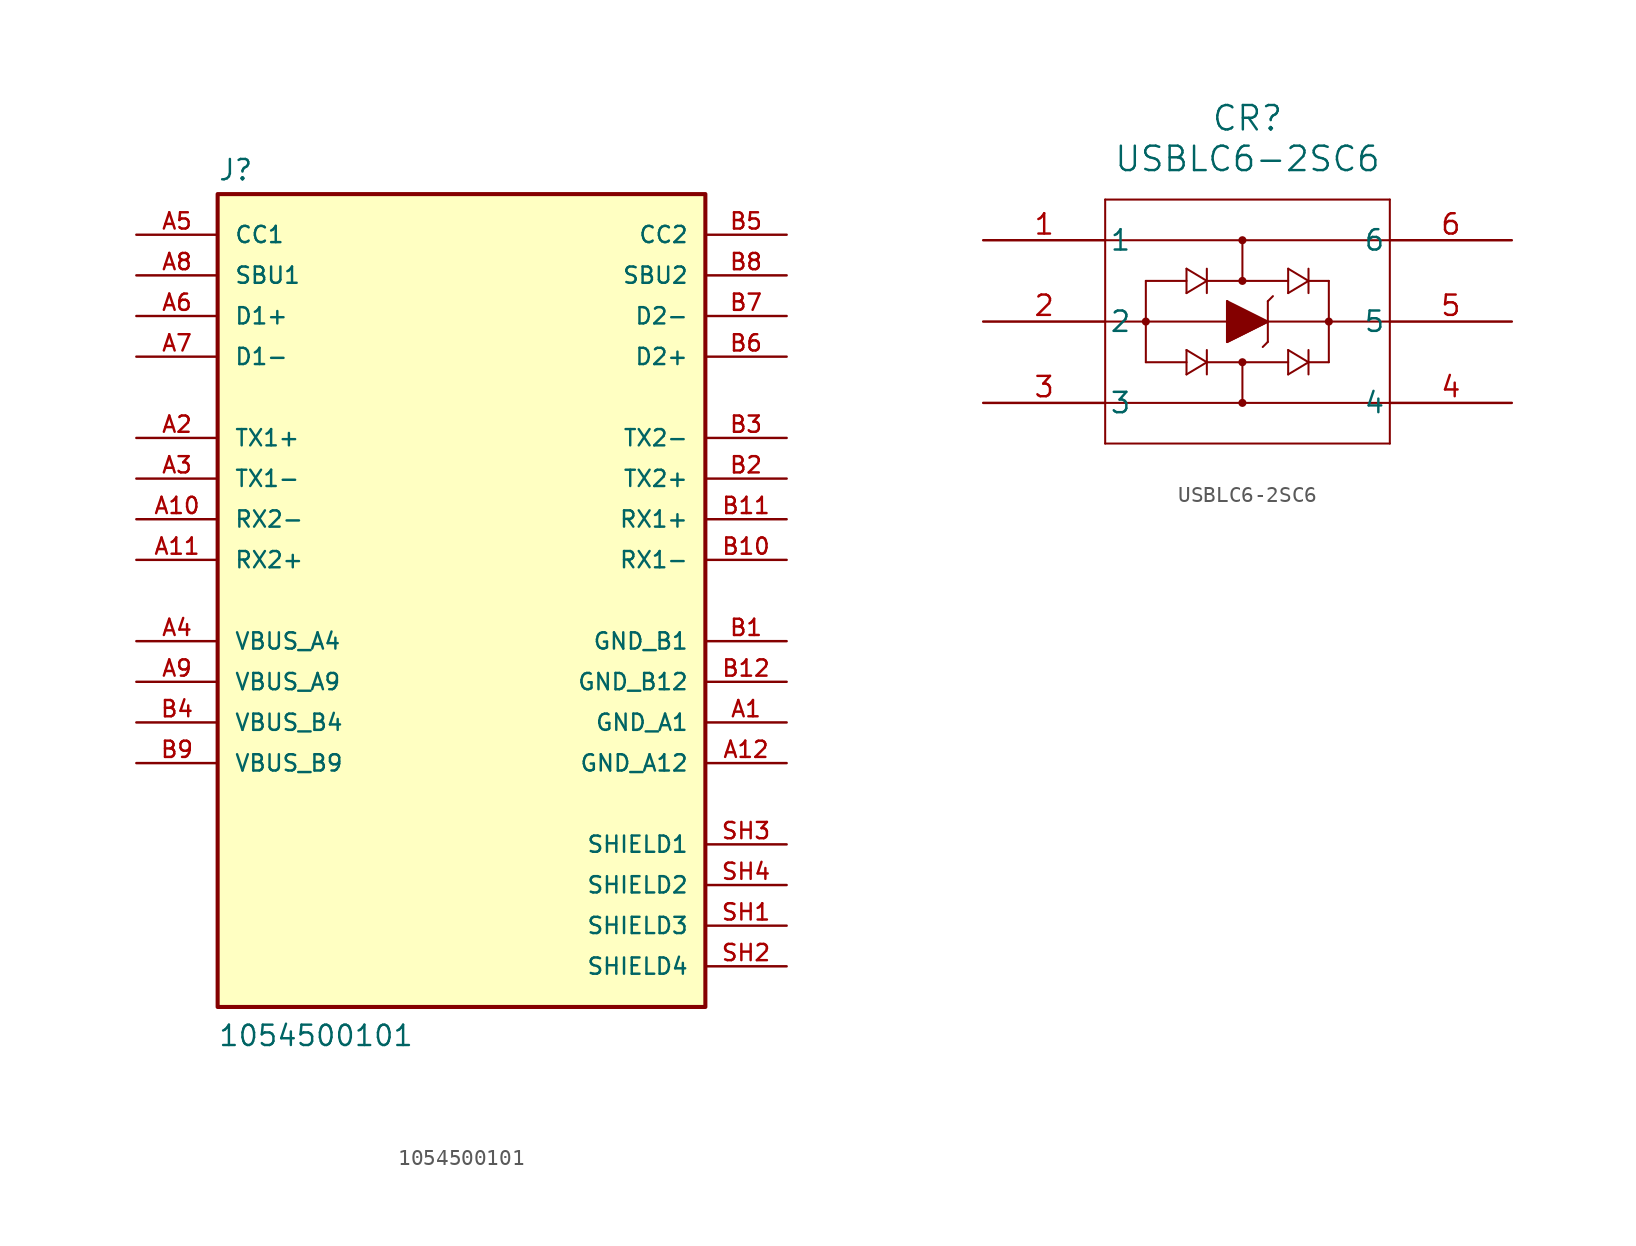
<source format=kicad_sym>
(kicad_symbol_lib
  (version 20241209)
  (generator "kicad_symbol_editor")
  (generator_version "9.0")
  (symbol "1054500101"
    (pin_names
      (offset 1.016))
    (property "Reference" "J"
      (at -15.24 26.162 0)
      (effects (font (size 1.27 1.27)) (justify left bottom)))
    (property "Value" "1054500101"
      (at -15.24 -27.94 0)
      (effects (font (size 1.27 1.27)) (justify left bottom)))
    (symbol "1054500101_0_0"
      (rectangle (start -15.24 -25.4) (end 15.24 25.4) (stroke (width 0.254) (type default)) (fill (type background)))
      (pin bidirectional line (at -20.32 22.86 0) (length 5.08) (name "CC1" (effects (font (size 1.016 1.016)))) (number "A5" (effects (font (size 1.016 1.016)))))
      (pin bidirectional line (at -20.32 20.32 0) (length 5.08) (name "SBU1" (effects (font (size 1.016 1.016)))) (number "A8" (effects (font (size 1.016 1.016)))))
      (pin bidirectional line (at -20.32 17.78 0) (length 5.08) (name "D1+" (effects (font (size 1.016 1.016)))) (number "A6" (effects (font (size 1.016 1.016)))))
      (pin bidirectional line (at -20.32 15.24 0) (length 5.08) (name "D1-" (effects (font (size 1.016 1.016)))) (number "A7" (effects (font (size 1.016 1.016)))))
      (pin bidirectional line (at -20.32 10.16 0) (length 5.08) (name "TX1+" (effects (font (size 1.016 1.016)))) (number "A2" (effects (font (size 1.016 1.016)))))
      (pin bidirectional line (at -20.32 7.62 0) (length 5.08) (name "TX1-" (effects (font (size 1.016 1.016)))) (number "A3" (effects (font (size 1.016 1.016)))))
      (pin bidirectional line (at -20.32 5.08 0) (length 5.08) (name "RX2-" (effects (font (size 1.016 1.016)))) (number "A10" (effects (font (size 1.016 1.016)))))
      (pin bidirectional line (at -20.32 2.54 0) (length 5.08) (name "RX2+" (effects (font (size 1.016 1.016)))) (number "A11" (effects (font (size 1.016 1.016)))))
      (pin power_in line (at -20.32 -2.54 0) (length 5.08) (name "VBUS_A4" (effects (font (size 1.016 1.016)))) (number "A4" (effects (font (size 1.016 1.016)))))
      (pin power_in line (at -20.32 -5.08 0) (length 5.08) (name "VBUS_A9" (effects (font (size 1.016 1.016)))) (number "A9" (effects (font (size 1.016 1.016)))))
      (pin power_in line (at -20.32 -7.62 0) (length 5.08) (name "VBUS_B4" (effects (font (size 1.016 1.016)))) (number "B4" (effects (font (size 1.016 1.016)))))
      (pin power_in line (at -20.32 -10.16 0) (length 5.08) (name "VBUS_B9" (effects (font (size 1.016 1.016)))) (number "B9" (effects (font (size 1.016 1.016)))))
      (pin bidirectional line (at 20.32 22.86 180) (length 5.08) (name "CC2" (effects (font (size 1.016 1.016)))) (number "B5" (effects (font (size 1.016 1.016)))))
      (pin bidirectional line (at 20.32 20.32 180) (length 5.08) (name "SBU2" (effects (font (size 1.016 1.016)))) (number "B8" (effects (font (size 1.016 1.016)))))
      (pin bidirectional line (at 20.32 17.78 180) (length 5.08) (name "D2-" (effects (font (size 1.016 1.016)))) (number "B7" (effects (font (size 1.016 1.016)))))
      (pin bidirectional line (at 20.32 15.24 180) (length 5.08) (name "D2+" (effects (font (size 1.016 1.016)))) (number "B6" (effects (font (size 1.016 1.016)))))
      (pin bidirectional line (at 20.32 10.16 180) (length 5.08) (name "TX2-" (effects (font (size 1.016 1.016)))) (number "B3" (effects (font (size 1.016 1.016)))))
      (pin bidirectional line (at 20.32 7.62 180) (length 5.08) (name "TX2+" (effects (font (size 1.016 1.016)))) (number "B2" (effects (font (size 1.016 1.016)))))
      (pin bidirectional line (at 20.32 5.08 180) (length 5.08) (name "RX1+" (effects (font (size 1.016 1.016)))) (number "B11" (effects (font (size 1.016 1.016)))))
      (pin bidirectional line (at 20.32 2.54 180) (length 5.08) (name "RX1-" (effects (font (size 1.016 1.016)))) (number "B10" (effects (font (size 1.016 1.016)))))
      (pin power_in line (at 20.32 -2.54 180) (length 5.08) (name "GND_B1" (effects (font (size 1.016 1.016)))) (number "B1" (effects (font (size 1.016 1.016)))))
      (pin power_in line (at 20.32 -5.08 180) (length 5.08) (name "GND_B12" (effects (font (size 1.016 1.016)))) (number "B12" (effects (font (size 1.016 1.016)))))
      (pin power_in line (at 20.32 -7.62 180) (length 5.08) (name "GND_A1" (effects (font (size 1.016 1.016)))) (number "A1" (effects (font (size 1.016 1.016)))))
      (pin power_in line (at 20.32 -10.16 180) (length 5.08) (name "GND_A12" (effects (font (size 1.016 1.016)))) (number "A12" (effects (font (size 1.016 1.016)))))
      (pin passive line (at 20.32 -15.24 180) (length 5.08) (name "SHIELD1" (effects (font (size 1.016 1.016)))) (number "SH3" (effects (font (size 1.016 1.016)))))
      (pin passive line (at 20.32 -17.78 180) (length 5.08) (name "SHIELD2" (effects (font (size 1.016 1.016)))) (number "SH4" (effects (font (size 1.016 1.016)))))
      (pin passive line (at 20.32 -20.32 180) (length 5.08) (name "SHIELD3" (effects (font (size 1.016 1.016)))) (number "SH1" (effects (font (size 1.016 1.016)))))
      (pin passive line (at 20.32 -22.86 180) (length 5.08) (name "SHIELD4" (effects (font (size 1.016 1.016)))) (number "SH2" (effects (font (size 1.016 1.016)))))))
  (symbol "USBLC6-2SC6"
    (pin_names
      (offset 0.254))
    (property "Reference" "CR"
      (at 16.51 7.62 0)
      (effects (font (size 1.524 1.524))))
    (property "Value" "USBLC6-2SC6"
      (at 16.51 5.08 0)
      (effects (font (size 1.524 1.524))))
    (property "ki_locked" ""
      (at 0 0 0)
      (effects (font (size 1.27 1.27))))
    (symbol "USBLC6-2SC6_0_1"
      (polyline (pts (xy 7.62 2.54) (xy 7.62 -12.7)) (stroke (width 0.127) (type default)) (fill (type none)))
      (polyline (pts (xy 7.62 0) (xy 25.4 0)) (stroke (width 0.127) (type default)) (fill (type none)))
      (polyline (pts (xy 7.62 -5.08) (xy 25.4 -5.08)) (stroke (width 0.127) (type default)) (fill (type none)))
      (polyline (pts (xy 7.62 -10.16) (xy 25.4 -10.16)) (stroke (width 0.127) (type default)) (fill (type none)))
      (polyline (pts (xy 7.62 -12.7) (xy 25.4 -12.7)) (stroke (width 0.127) (type default)) (fill (type none)))
      (polyline (pts (xy 10.16 -2.54) (xy 10.16 -7.62)) (stroke (width 0.127) (type default)) (fill (type none)))
      (circle (center 10.16 -5.08) (radius 0.127) (stroke (width 0.254) (type default)) (fill (type none)))
      (polyline (pts (xy 10.16 -7.62) (xy 12.7 -7.62)) (stroke (width 0.127) (type default)) (fill (type none)))
      (polyline (pts (xy 12.7 -1.778) (xy 12.7 -3.302)) (stroke (width 0.127) (type default)) (fill (type none)))
      (polyline (pts (xy 12.7 -2.54) (xy 10.16 -2.54)) (stroke (width 0.127) (type default)) (fill (type none)))
      (polyline (pts (xy 12.7 -3.302) (xy 13.97 -2.54)) (stroke (width 0.127) (type default)) (fill (type none)))
      (polyline (pts (xy 12.7 -6.858) (xy 12.7 -8.382)) (stroke (width 0.127) (type default)) (fill (type none)))
      (polyline (pts (xy 12.7 -8.382) (xy 13.97 -7.62)) (stroke (width 0.127) (type default)) (fill (type none)))
      (polyline (pts (xy 13.97 -1.778) (xy 13.97 -3.302)) (stroke (width 0.127) (type default)) (fill (type none)))
      (polyline (pts (xy 13.97 -2.54) (xy 12.7 -1.778)) (stroke (width 0.127) (type default)) (fill (type none)))
      (polyline (pts (xy 13.97 -2.54) (xy 19.05 -2.54)) (stroke (width 0.127) (type default)) (fill (type none)))
      (polyline (pts (xy 13.97 -6.858) (xy 13.97 -8.382)) (stroke (width 0.127) (type default)) (fill (type none)))
      (polyline (pts (xy 13.97 -7.62) (xy 12.7 -6.858)) (stroke (width 0.127) (type default)) (fill (type none)))
      (polyline (pts (xy 13.97 -7.62) (xy 19.05 -7.62)) (stroke (width 0.127) (type default)) (fill (type none)))
      (polyline (pts (xy 15.24 -3.81) (xy 15.24 -6.35)) (stroke (width 0.127) (type default)) (fill (type none)))
      (polyline (pts (xy 15.24 -3.81) (xy 15.24 -6.35) (xy 17.78 -5.08)) (stroke (width 0) (type default)) (fill (type outline)))
      (polyline (pts (xy 15.24 -6.35) (xy 17.78 -5.08)) (stroke (width 0.127) (type default)) (fill (type none)))
      (circle (center 16.192 0) (radius 0.127) (stroke (width 0.254) (type default)) (fill (type none)))
      (polyline (pts (xy 16.192 -2.54) (xy 16.192 0)) (stroke (width 0.127) (type default)) (fill (type none)))
      (circle (center 16.192 -2.54) (radius 0.127) (stroke (width 0.254) (type default)) (fill (type none)))
      (polyline (pts (xy 16.192 -7.62) (xy 16.192 -10.16)) (stroke (width 0.127) (type default)) (fill (type none)))
      (circle (center 16.192 -7.62) (radius 0.127) (stroke (width 0.254) (type default)) (fill (type none)))
      (circle (center 16.192 -10.16) (radius 0.127) (stroke (width 0.254) (type default)) (fill (type none)))
      (polyline (pts (xy 17.78 -3.81) (xy 17.78 -6.35)) (stroke (width 0.127) (type default)) (fill (type none)))
      (polyline (pts (xy 17.78 -3.81) (xy 18.098 -3.493)) (stroke (width 0.127) (type default)) (fill (type none)))
      (polyline (pts (xy 17.78 -5.08) (xy 15.24 -3.81)) (stroke (width 0.127) (type default)) (fill (type none)))
      (polyline (pts (xy 17.78 -6.35) (xy 17.462 -6.668)) (stroke (width 0.127) (type default)) (fill (type none)))
      (polyline (pts (xy 19.05 -1.778) (xy 20.32 -2.54)) (stroke (width 0.127) (type default)) (fill (type none)))
      (polyline (pts (xy 19.05 -3.302) (xy 19.05 -1.778)) (stroke (width 0.127) (type default)) (fill (type none)))
      (polyline (pts (xy 19.05 -6.858) (xy 20.32 -7.62)) (stroke (width 0.127) (type default)) (fill (type none)))
      (polyline (pts (xy 19.05 -8.382) (xy 19.05 -6.858)) (stroke (width 0.127) (type default)) (fill (type none)))
      (polyline (pts (xy 20.32 -2.54) (xy 19.05 -3.302)) (stroke (width 0.127) (type default)) (fill (type none)))
      (polyline (pts (xy 20.32 -2.54) (xy 21.59 -2.54)) (stroke (width 0.127) (type default)) (fill (type none)))
      (polyline (pts (xy 20.32 -3.302) (xy 20.32 -1.778)) (stroke (width 0.127) (type default)) (fill (type none)))
      (polyline (pts (xy 20.32 -7.62) (xy 19.05 -8.382)) (stroke (width 0.127) (type default)) (fill (type none)))
      (polyline (pts (xy 20.32 -7.62) (xy 21.59 -7.62)) (stroke (width 0.127) (type default)) (fill (type none)))
      (polyline (pts (xy 20.32 -8.382) (xy 20.32 -6.858)) (stroke (width 0.127) (type default)) (fill (type none)))
      (circle (center 21.59 -5.08) (radius 0.127) (stroke (width 0.254) (type default)) (fill (type none)))
      (polyline (pts (xy 21.59 -7.62) (xy 21.59 -2.54)) (stroke (width 0.127) (type default)) (fill (type none)))
      (polyline (pts (xy 25.4 2.54) (xy 7.62 2.54)) (stroke (width 0.127) (type default)) (fill (type none)))
      (polyline (pts (xy 25.4 -12.7) (xy 25.4 2.54)) (stroke (width 0.127) (type default)) (fill (type none)))
      (pin unspecified line (at 0 0 0) (length 7.62) (name "1" (effects (font (size 1.27 1.27)))) (number "1" (effects (font (size 1.27 1.27)))))
      (pin unspecified line (at 0 -5.08 0) (length 7.62) (name "2" (effects (font (size 1.27 1.27)))) (number "2" (effects (font (size 1.27 1.27)))))
      (pin unspecified line (at 0 -10.16 0) (length 7.62) (name "3" (effects (font (size 1.27 1.27)))) (number "3" (effects (font (size 1.27 1.27)))))
      (pin unspecified line (at 33.02 0 180) (length 7.62) (name "6" (effects (font (size 1.27 1.27)))) (number "6" (effects (font (size 1.27 1.27)))))
      (pin unspecified line (at 33.02 -5.08 180) (length 7.62) (name "5" (effects (font (size 1.27 1.27)))) (number "5" (effects (font (size 1.27 1.27)))))
      (pin unspecified line (at 33.02 -10.16 180) (length 7.62) (name "4" (effects (font (size 1.27 1.27)))) (number "4" (effects (font (size 1.27 1.27))))))))
</source>
